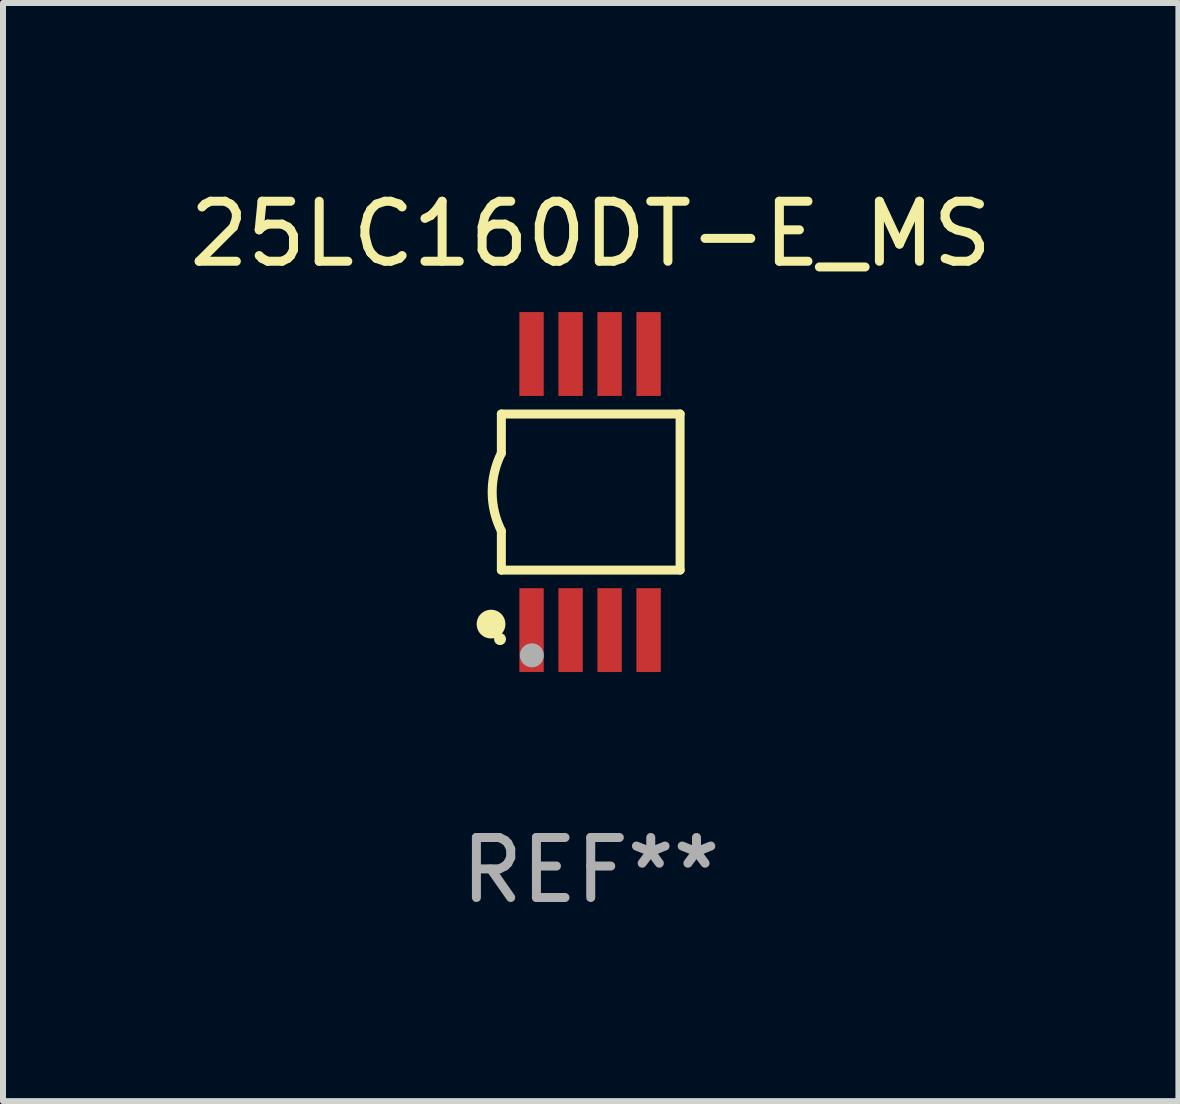
<source format=kicad_pcb>
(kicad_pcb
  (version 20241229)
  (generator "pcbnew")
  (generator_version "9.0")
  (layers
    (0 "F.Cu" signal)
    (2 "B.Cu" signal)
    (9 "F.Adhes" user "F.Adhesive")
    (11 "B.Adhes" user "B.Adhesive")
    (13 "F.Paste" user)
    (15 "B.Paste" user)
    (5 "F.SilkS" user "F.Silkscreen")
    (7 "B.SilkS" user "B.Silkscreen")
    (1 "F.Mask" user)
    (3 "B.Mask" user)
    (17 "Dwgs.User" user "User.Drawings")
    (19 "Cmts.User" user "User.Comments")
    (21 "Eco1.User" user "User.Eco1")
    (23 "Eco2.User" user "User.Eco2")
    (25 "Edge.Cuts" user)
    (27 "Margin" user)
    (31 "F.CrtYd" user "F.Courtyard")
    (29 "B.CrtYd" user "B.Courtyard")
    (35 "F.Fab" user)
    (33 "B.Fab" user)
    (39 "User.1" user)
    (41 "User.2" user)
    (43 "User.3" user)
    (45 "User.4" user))
  (footprint "25LC160DT-E_MS"
    (layer "F.Cu")
    (at 6.792 5.148)
    (property "Reference" "25LC160DT-E_MS" (at 0 -4.3 0) (layer "F.SilkS") (effects (font (size 1 1) (thickness 0.15))))
    (attr through_hole)
    (fp_line (start -1.489 -1.3) (end -1.489 -0.648) (stroke (width 0.15) (type solid)) (layer "F.SilkS"))
    (fp_line (start -1.489 0.648) (end -1.489 1.3) (stroke (width 0.15) (type solid)) (layer "F.SilkS"))
    (fp_line (start -1.489 1.3) (end 1.489 1.3) (stroke (width 0.15) (type solid)) (layer "F.SilkS"))
    (fp_line (start 1.489 -1.3) (end -1.489 -1.3) (stroke (width 0.15) (type solid)) (layer "F.SilkS"))
    (fp_line (start 1.489 1.3) (end 1.489 -1.3) (stroke (width 0.15) (type solid)) (layer "F.SilkS"))
    (fp_arc (start -1.489205 0.647702) (mid -1.642107 0) (end -1.489205 -0.647701) (stroke (width 0.150013) (type solid)) (layer "F.SilkS"))
    (fp_circle (center -1.661 2.2) (end -1.541 2.2) (stroke (width 0.24) (type solid)) (fill no) (layer "F.SilkS"))
    (fp_circle (center -1.511 2.45) (end -1.461 2.45) (stroke (width 0.1) (type solid)) (fill no) (layer "F.SilkS"))
    (fp_circle (center -0.981 2.72) (end -0.881 2.72) (stroke (width 0.2) (type solid)) (fill no) (layer "F.Fab"))
    (fp_text user "REF**" (at 0 6.3 0) (layer "F.Fab") (effects (font (size 1 1) (thickness 0.15))))
    (pad "1" smd rect (at -0.986 2.3) (size 0.406 1.397) (layers "F.Cu" "F.Mask" "F.Paste"))
    (pad "2" smd rect (at -0.336 2.3) (size 0.406 1.397) (layers "F.Cu" "F.Mask" "F.Paste"))
    (pad "3" smd rect (at 0.314 2.3) (size 0.406 1.397) (layers "F.Cu" "F.Mask" "F.Paste"))
    (pad "4" smd rect (at 0.964 2.3) (size 0.406 1.397) (layers "F.Cu" "F.Mask" "F.Paste"))
    (pad "5" smd rect (at 0.964 -2.3) (size 0.406 1.397) (layers "F.Cu" "F.Mask" "F.Paste"))
    (pad "6" smd rect (at 0.314 -2.3) (size 0.406 1.397) (layers "F.Cu" "F.Mask" "F.Paste"))
    (pad "7" smd rect (at -0.336 -2.3) (size 0.406 1.397) (layers "F.Cu" "F.Mask" "F.Paste"))
    (pad "8" smd rect (at -0.986 -2.3) (size 0.406 1.397) (layers "F.Cu" "F.Mask" "F.Paste")))
  (gr_rect
    (start -3 -3)
    (end 16.583 15.296)
    (stroke (width 0.1) (type default))
    (fill no)
    (layer "Edge.Cuts")))
</source>
